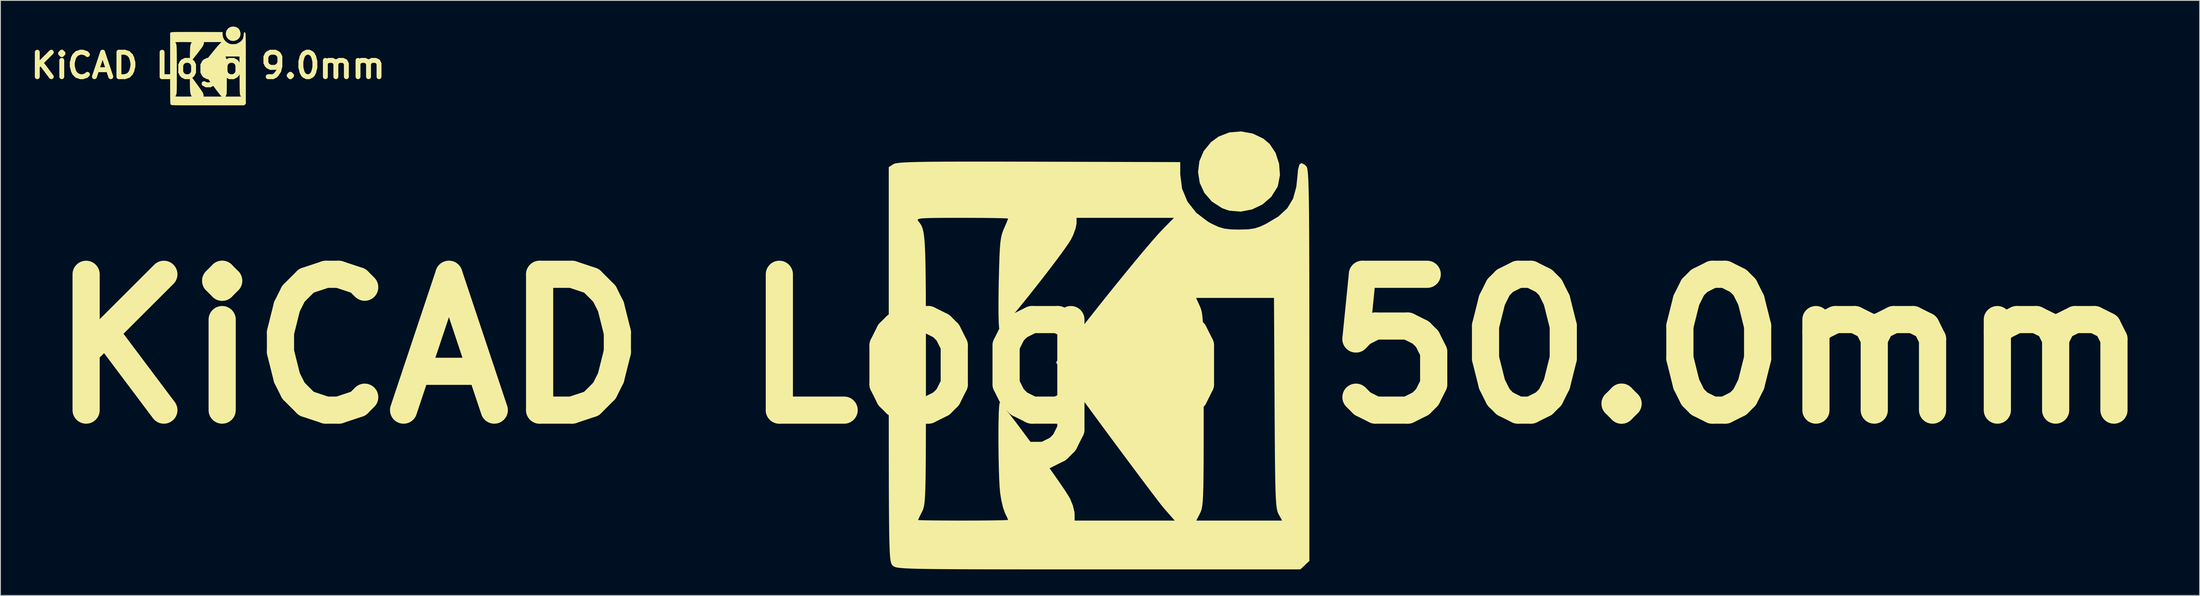
<source format=kicad_pcb>
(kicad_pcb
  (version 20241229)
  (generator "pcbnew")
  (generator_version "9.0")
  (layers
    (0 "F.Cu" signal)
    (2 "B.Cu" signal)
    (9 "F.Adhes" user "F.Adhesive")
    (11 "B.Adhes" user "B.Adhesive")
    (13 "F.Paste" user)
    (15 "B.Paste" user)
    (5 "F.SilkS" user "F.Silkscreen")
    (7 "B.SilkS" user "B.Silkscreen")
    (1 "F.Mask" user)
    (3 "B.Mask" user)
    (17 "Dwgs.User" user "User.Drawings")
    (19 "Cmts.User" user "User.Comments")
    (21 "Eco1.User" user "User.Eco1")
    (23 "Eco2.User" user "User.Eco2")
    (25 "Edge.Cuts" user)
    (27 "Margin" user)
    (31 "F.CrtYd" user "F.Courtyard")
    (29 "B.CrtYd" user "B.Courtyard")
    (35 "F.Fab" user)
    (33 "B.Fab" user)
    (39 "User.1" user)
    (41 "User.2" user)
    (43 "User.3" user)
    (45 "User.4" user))
  (footprint "KiCAD Logo 50.0mm"
    (layer "F.Cu")
    (at 123.243 37.05)
    (property "Reference" "KiCAD Logo 50.0mm" (at 0 0 180) (layer "F.SilkS") (effects (font (size 15.62 15.62) (thickness 3.12))))
    (attr board_only exclude_from_pos_files exclude_from_bom)
    (fp_poly (pts (xy 17.529 -24.743) (xy 18.74 -24.166) (xy 19.474 -23.546) (xy 20.155 -22.516) (xy 20.558 -21.268) (xy 20.655 -19.956) (xy 20.418 -18.732) (xy 20.358 -18.579) (xy 19.655 -17.458) (xy 18.655 -16.591) (xy 17.452 -16.013) (xy 16.143 -15.763) (xy 14.824 -15.876) (xy 14.038 -16.148) (xy 12.842 -16.918) (xy 11.976 -17.918) (xy 11.445 -19.073) (xy 11.253 -20.31) (xy 11.403 -21.553) (xy 11.9 -22.728) (xy 12.747 -23.761) (xy 13.605 -24.391) (xy 14.845 -24.873) (xy 16.192 -24.985)) (stroke (width 0) (type solid)) (fill yes) (layer "F.SilkS"))
    (fp_poly (pts (xy -11.753 -21.514) (xy -8.861 -21.509) (xy -7.012 -21.504) (xy 9.209 -21.459) (xy 9.209 -20.043) (xy 9.42 -18.396) (xy 10.037 -16.916) (xy 11.039 -15.639) (xy 12.402 -14.6) (xy 12.852 -14.353) (xy 13.606 -14.006) (xy 14.277 -13.808) (xy 15.052 -13.719) (xy 15.947 -13.701) (xy 16.959 -13.726) (xy 17.71 -13.827) (xy 18.387 -14.045) (xy 19.069 -14.364) (xy 20.482 -15.209) (xy 21.497 -16.15) (xy 22.164 -17.263) (xy 22.536 -18.621) (xy 22.639 -19.597) (xy 22.731 -20.583) (xy 22.879 -21.155) (xy 23.111 -21.347) (xy 23.45 -21.193) (xy 23.68 -20.984) (xy 23.738 -20.892) (xy 23.789 -20.723) (xy 23.834 -20.449) (xy 23.874 -20.046) (xy 23.907 -19.488) (xy 23.936 -18.748) (xy 23.96 -17.802) (xy 23.98 -16.624) (xy 23.996 -15.187) (xy 24.008 -13.466) (xy 24.018 -11.436) (xy 24.025 -9.07) (xy 24.029 -6.342) (xy 24.031 -3.228) (xy 24.033 0.299) (xy 24.033 1.886) (xy 24.033 24.404) (xy 23.513 24.892) (xy 22.993 25.38) (xy -0.183 25.38) (xy -3.915 25.38) (xy -7.224 25.379) (xy -10.136 25.377) (xy -12.677 25.374) (xy -14.873 25.368) (xy -16.75 25.36) (xy -18.333 25.349) (xy -19.65 25.334) (xy -20.726 25.315) (xy -21.587 25.292) (xy -22.258 25.263) (xy -22.767 25.229) (xy -23.14 25.189) (xy -23.401 25.143) (xy -23.577 25.089) (xy -23.695 25.028) (xy -23.78 24.958) (xy -23.808 24.931) (xy -23.881 24.851) (xy -23.946 24.747) (xy -24.003 24.593) (xy -24.052 24.363) (xy -24.095 24.03) (xy -24.131 23.569) (xy -24.161 22.953) (xy -24.186 22.155) (xy -24.207 21.149) (xy -24.223 19.91) (xy -24.235 18.409) (xy -24.244 16.622) (xy -24.25 14.522) (xy -24.254 12.083) (xy -24.256 9.278) (xy -24.257 6.081) (xy -24.257 2.465) (xy -24.257 1.802) (xy -24.257 -14.778) (xy -20.935 -14.778) (xy -20.854 -14.655) (xy -20.689 -14.449) (xy -20.546 -14.232) (xy -20.424 -13.972) (xy -20.321 -13.636) (xy -20.236 -13.192) (xy -20.167 -12.607) (xy -20.112 -11.847) (xy -20.07 -10.881) (xy -20.039 -9.676) (xy -20.017 -8.199) (xy -20.003 -6.418) (xy -19.995 -4.299) (xy -19.991 -1.81) (xy -19.99 1.082) (xy -19.99 2.434) (xy -19.99 5.444) (xy -19.992 8.039) (xy -19.996 10.25) (xy -20.003 12.112) (xy -20.014 13.657) (xy -20.03 14.918) (xy -20.052 15.928) (xy -20.08 16.721) (xy -20.117 17.33) (xy -20.162 17.788) (xy -20.216 18.127) (xy -20.281 18.381) (xy -20.357 18.584) (xy -20.439 18.754) (xy -20.711 19.301) (xy -20.871 19.648) (xy -20.888 19.7) (xy -20.674 19.719) (xy -20.073 19.735) (xy -19.149 19.749) (xy -17.963 19.759) (xy -16.579 19.764) (xy -15.722 19.765) (xy -14.253 19.762) (xy -12.946 19.753) (xy -11.865 19.739) (xy -11.071 19.721) (xy -10.628 19.7) (xy -10.556 19.687) (xy -10.647 19.456) (xy -10.869 18.984) (xy -10.922 18.877) (xy -11.135 18.274) (xy -11.336 17.416) (xy -11.474 16.54) (xy -11.536 15.796) (xy -11.586 14.785) (xy -11.624 13.583) (xy -11.65 12.267) (xy -11.664 10.913) (xy -11.665 9.598) (xy -11.652 8.398) (xy -11.626 7.389) (xy -11.587 6.649) (xy -11.534 6.254) (xy -11.511 6.211) (xy -11.339 6.356) (xy -10.948 6.814) (xy -10.377 7.534) (xy -9.666 8.461) (xy -8.854 9.543) (xy -7.98 10.725) (xy -7.082 11.955) (xy -6.2 13.178) (xy -5.373 14.342) (xy -4.64 15.393) (xy -4.04 16.277) (xy -3.613 16.942) (xy -3.431 17.258) (xy -3.123 18.02) (xy -2.941 18.763) (xy -2.92 19.017) (xy -2.92 19.765) (xy 2.827 19.765) (xy 8.573 19.765) (xy 7.344 18.361) (xy 7.027 17.97) (xy 6.482 17.263) (xy 5.744 16.291) (xy 4.849 15.101) (xy 3.834 13.742) (xy 2.734 12.264) (xy 1.585 10.714) (xy 0.423 9.141) (xy -0.715 7.593) (xy -1.795 6.12) (xy -2.78 4.771) (xy -3.634 3.592) (xy -4.321 2.634) (xy -4.806 1.945) (xy -5.034 1.604) (xy -4.932 1.381) (xy -4.578 0.855) (xy -4.007 0.07) (xy -3.253 -0.931) (xy -2.35 -2.104) (xy -1.334 -3.406) (xy -0.239 -4.794) (xy 0.596 -5.84) (xy 11.028 -5.84) (xy 11.461 -4.885) (xy 11.56 -4.646) (xy 11.643 -4.378) (xy 11.711 -4.039) (xy 11.765 -3.59) (xy 11.808 -2.99) (xy 11.84 -2.198) (xy 11.864 -1.175) (xy 11.88 0.12) (xy 11.89 1.727) (xy 11.896 3.687) (xy 11.899 6.04) (xy 11.899 7.084) (xy 11.899 9.602) (xy 11.897 11.711) (xy 11.89 13.451) (xy 11.878 14.861) (xy 11.859 15.982) (xy 11.831 16.853) (xy 11.793 17.514) (xy 11.745 18.004) (xy 11.683 18.365) (xy 11.608 18.636) (xy 11.516 18.856) (xy 11.479 18.932) (xy 11.054 19.765) (xy 15.977 19.765) (xy 20.9 19.765) (xy 20.501 19.035) (xy 20.413 18.846) (xy 20.339 18.602) (xy 20.276 18.266) (xy 20.224 17.799) (xy 20.182 17.165) (xy 20.147 16.327) (xy 20.119 15.247) (xy 20.096 13.888) (xy 20.077 12.213) (xy 20.061 10.183) (xy 20.045 7.763) (xy 20.037 6.233) (xy 19.971 -5.84) (xy 15.499 -5.84) (xy 11.028 -5.84) (xy 0.596 -5.84) (xy 0.901 -6.223) (xy 2.051 -7.651) (xy 3.177 -9.034) (xy 4.243 -10.33) (xy 5.216 -11.493) (xy 6.06 -12.482) (xy 6.742 -13.252) (xy 7.105 -13.639) (xy 8.482 -15.048) (xy 2.893 -15.048) (xy -2.695 -15.048) (xy -2.695 -14.4) (xy -2.801 -13.841) (xy -3.073 -13.098) (xy -3.313 -12.6) (xy -3.625 -12.098) (xy -4.143 -11.354) (xy -4.825 -10.421) (xy -5.631 -9.351) (xy -6.518 -8.197) (xy -7.444 -7.012) (xy -8.368 -5.849) (xy -9.249 -4.761) (xy -10.043 -3.799) (xy -10.71 -3.018) (xy -11.208 -2.469) (xy -11.495 -2.206) (xy -11.542 -2.192) (xy -11.596 -2.443) (xy -11.634 -3.083) (xy -11.656 -4.052) (xy -11.66 -5.291) (xy -11.645 -6.738) (xy -11.631 -7.507) (xy -11.591 -9.201) (xy -11.55 -10.512) (xy -11.501 -11.507) (xy -11.438 -12.251) (xy -11.354 -12.812) (xy -11.243 -13.256) (xy -11.1 -13.649) (xy -11.038 -13.792) (xy -10.768 -14.416) (xy -10.594 -14.849) (xy -10.556 -14.965) (xy -10.771 -14.988) (xy -11.372 -15.009) (xy -12.3 -15.027) (xy -13.491 -15.04) (xy -14.883 -15.047) (xy -15.869 -15.048) (xy -17.545 -15.047) (xy -18.82 -15.039) (xy -19.745 -15.022) (xy -20.37 -14.991) (xy -20.744 -14.943) (xy -20.916 -14.873) (xy -20.935 -14.778) (xy -24.257 -14.778) (xy -24.257 -20.878) (xy -23.745 -21.213) (xy -23.6 -21.278) (xy -23.358 -21.334) (xy -22.986 -21.381) (xy -22.456 -21.42) (xy -21.737 -21.452) (xy -20.799 -21.476) (xy -19.611 -21.495) (xy -18.142 -21.507) (xy -16.364 -21.514) (xy -14.244 -21.516)) (stroke (width 0) (type solid)) (fill yes) (layer "F.SilkS")))
  (footprint "KiCAD Logo 9.0mm"
    (layer "F.Cu")
    (at 20.848 4.497)
    (property "Reference" "KiCAD Logo 9.0mm" (at 0 0 180) (layer "F.SilkS") (effects (font (size 2.812 2.812) (thickness 0.562))))
    (attr board_only exclude_from_pos_files exclude_from_bom)
    (fp_poly (pts (xy 3.155 -4.454) (xy 3.373 -4.35) (xy 3.505 -4.238) (xy 3.628 -4.053) (xy 3.7 -3.828) (xy 3.718 -3.592) (xy 3.675 -3.372) (xy 3.664 -3.344) (xy 3.538 -3.142) (xy 3.358 -2.986) (xy 3.141 -2.882) (xy 2.906 -2.837) (xy 2.668 -2.858) (xy 2.527 -2.907) (xy 2.311 -3.045) (xy 2.156 -3.225) (xy 2.06 -3.433) (xy 2.026 -3.656) (xy 2.053 -3.88) (xy 2.142 -4.091) (xy 2.294 -4.277) (xy 2.449 -4.39) (xy 2.672 -4.477) (xy 2.914 -4.497)) (stroke (width 0) (type solid)) (fill yes) (layer "F.SilkS"))
    (fp_poly (pts (xy -2.116 -3.873) (xy -1.595 -3.872) (xy -1.262 -3.871) (xy 1.658 -3.863) (xy 1.658 -3.608) (xy 1.696 -3.311) (xy 1.807 -3.045) (xy 1.987 -2.815) (xy 2.232 -2.628) (xy 2.313 -2.584) (xy 2.449 -2.521) (xy 2.57 -2.485) (xy 2.709 -2.469) (xy 2.87 -2.466) (xy 3.053 -2.471) (xy 3.188 -2.489) (xy 3.31 -2.528) (xy 3.432 -2.585) (xy 3.687 -2.738) (xy 3.869 -2.907) (xy 3.99 -3.107) (xy 4.057 -3.352) (xy 4.075 -3.527) (xy 4.092 -3.705) (xy 4.118 -3.808) (xy 4.16 -3.842) (xy 4.221 -3.815) (xy 4.262 -3.777) (xy 4.273 -3.761) (xy 4.282 -3.73) (xy 4.29 -3.681) (xy 4.297 -3.608) (xy 4.303 -3.508) (xy 4.309 -3.375) (xy 4.313 -3.204) (xy 4.316 -2.992) (xy 4.319 -2.734) (xy 4.322 -2.424) (xy 4.323 -2.058) (xy 4.324 -1.633) (xy 4.325 -1.142) (xy 4.326 -0.581) (xy 4.326 0.054) (xy 4.326 0.339) (xy 4.326 4.393) (xy 4.232 4.481) (xy 4.139 4.568) (xy -0.033 4.568) (xy -0.705 4.568) (xy -1.3 4.568) (xy -1.825 4.568) (xy -2.282 4.567) (xy -2.677 4.566) (xy -3.015 4.565) (xy -3.3 4.563) (xy -3.537 4.56) (xy -3.731 4.557) (xy -3.886 4.553) (xy -4.007 4.547) (xy -4.098 4.541) (xy -4.165 4.534) (xy -4.212 4.526) (xy -4.244 4.516) (xy -4.265 4.505) (xy -4.28 4.492) (xy -4.285 4.488) (xy -4.299 4.473) (xy -4.31 4.454) (xy -4.32 4.427) (xy -4.329 4.385) (xy -4.337 4.325) (xy -4.344 4.242) (xy -4.349 4.132) (xy -4.354 3.988) (xy -4.357 3.807) (xy -4.36 3.584) (xy -4.362 3.314) (xy -4.364 2.992) (xy -4.365 2.614) (xy -4.366 2.175) (xy -4.366 1.67) (xy -4.366 1.095) (xy -4.366 0.444) (xy -4.366 0.324) (xy -4.366 -2.66) (xy -3.768 -2.66) (xy -3.754 -2.638) (xy -3.724 -2.601) (xy -3.698 -2.562) (xy -3.676 -2.515) (xy -3.658 -2.455) (xy -3.643 -2.375) (xy -3.63 -2.269) (xy -3.62 -2.133) (xy -3.613 -1.959) (xy -3.607 -1.742) (xy -3.603 -1.476) (xy -3.601 -1.155) (xy -3.599 -0.774) (xy -3.598 -0.326) (xy -3.598 0.195) (xy -3.598 0.438) (xy -3.598 0.98) (xy -3.599 1.447) (xy -3.599 1.845) (xy -3.6 2.18) (xy -3.602 2.458) (xy -3.605 2.685) (xy -3.609 2.867) (xy -3.614 3.01) (xy -3.621 3.119) (xy -3.629 3.202) (xy -3.639 3.263) (xy -3.651 3.309) (xy -3.664 3.345) (xy -3.679 3.376) (xy -3.728 3.474) (xy -3.757 3.537) (xy -3.76 3.546) (xy -3.721 3.549) (xy -3.613 3.552) (xy -3.447 3.555) (xy -3.233 3.557) (xy -2.984 3.558) (xy -2.83 3.558) (xy -2.566 3.557) (xy -2.33 3.556) (xy -2.136 3.553) (xy -1.993 3.55) (xy -1.913 3.546) (xy -1.9 3.544) (xy -1.916 3.502) (xy -1.956 3.417) (xy -1.966 3.398) (xy -2.004 3.289) (xy -2.041 3.135) (xy -2.065 2.977) (xy -2.076 2.843) (xy -2.085 2.661) (xy -2.092 2.445) (xy -2.097 2.208) (xy -2.099 1.964) (xy -2.1 1.728) (xy -2.097 1.512) (xy -2.093 1.33) (xy -2.086 1.197) (xy -2.076 1.126) (xy -2.072 1.118) (xy -2.041 1.144) (xy -1.971 1.227) (xy -1.868 1.356) (xy -1.74 1.523) (xy -1.594 1.718) (xy -1.436 1.931) (xy -1.275 2.152) (xy -1.116 2.372) (xy -0.967 2.582) (xy -0.835 2.771) (xy -0.727 2.93) (xy -0.65 3.05) (xy -0.618 3.107) (xy -0.562 3.244) (xy -0.529 3.377) (xy -0.526 3.423) (xy -0.526 3.558) (xy 0.509 3.558) (xy 1.543 3.558) (xy 1.322 3.305) (xy 1.265 3.235) (xy 1.167 3.107) (xy 1.034 2.932) (xy 0.873 2.718) (xy 0.69 2.474) (xy 0.492 2.207) (xy 0.285 1.928) (xy 0.076 1.645) (xy -0.129 1.367) (xy -0.323 1.102) (xy -0.5 0.859) (xy -0.654 0.647) (xy -0.778 0.474) (xy -0.865 0.35) (xy -0.906 0.289) (xy -0.888 0.249) (xy -0.824 0.154) (xy -0.721 0.013) (xy -0.585 -0.168) (xy -0.423 -0.379) (xy -0.24 -0.613) (xy -0.043 -0.863) (xy 0.107 -1.051) (xy 1.985 -1.051) (xy 2.063 -0.879) (xy 2.081 -0.836) (xy 2.096 -0.788) (xy 2.108 -0.727) (xy 2.118 -0.646) (xy 2.125 -0.538) (xy 2.131 -0.396) (xy 2.135 -0.212) (xy 2.138 0.022) (xy 2.14 0.311) (xy 2.141 0.664) (xy 2.142 1.087) (xy 2.142 1.275) (xy 2.142 1.728) (xy 2.141 2.108) (xy 2.14 2.421) (xy 2.138 2.675) (xy 2.135 2.877) (xy 2.13 3.033) (xy 2.123 3.152) (xy 2.114 3.241) (xy 2.103 3.306) (xy 2.089 3.354) (xy 2.073 3.394) (xy 2.066 3.408) (xy 1.99 3.558) (xy 2.876 3.558) (xy 3.762 3.558) (xy 3.69 3.426) (xy 3.674 3.392) (xy 3.661 3.348) (xy 3.65 3.288) (xy 3.64 3.204) (xy 3.633 3.09) (xy 3.626 2.939) (xy 3.621 2.745) (xy 3.617 2.5) (xy 3.614 2.198) (xy 3.611 1.833) (xy 3.608 1.397) (xy 3.607 1.122) (xy 3.595 -1.051) (xy 2.79 -1.051) (xy 1.985 -1.051) (xy 0.107 -1.051) (xy 0.162 -1.12) (xy 0.369 -1.377) (xy 0.572 -1.626) (xy 0.764 -1.859) (xy 0.939 -2.069) (xy 1.091 -2.247) (xy 1.214 -2.385) (xy 1.279 -2.455) (xy 1.527 -2.709) (xy 0.521 -2.709) (xy -0.485 -2.709) (xy -0.485 -2.592) (xy -0.504 -2.491) (xy -0.553 -2.358) (xy -0.596 -2.268) (xy -0.652 -2.178) (xy -0.746 -2.044) (xy -0.869 -1.876) (xy -1.014 -1.683) (xy -1.173 -1.475) (xy -1.34 -1.262) (xy -1.506 -1.053) (xy -1.665 -0.857) (xy -1.808 -0.684) (xy -1.928 -0.543) (xy -2.017 -0.444) (xy -2.069 -0.397) (xy -2.078 -0.395) (xy -2.087 -0.44) (xy -2.094 -0.555) (xy -2.098 -0.729) (xy -2.099 -0.952) (xy -2.096 -1.213) (xy -2.094 -1.351) (xy -2.086 -1.656) (xy -2.079 -1.892) (xy -2.07 -2.071) (xy -2.059 -2.205) (xy -2.044 -2.306) (xy -2.024 -2.386) (xy -1.998 -2.457) (xy -1.987 -2.483) (xy -1.938 -2.595) (xy -1.907 -2.673) (xy -1.9 -2.694) (xy -1.939 -2.698) (xy -2.047 -2.702) (xy -2.214 -2.705) (xy -2.428 -2.707) (xy -2.679 -2.708) (xy -2.856 -2.709) (xy -3.158 -2.708) (xy -3.388 -2.707) (xy -3.554 -2.704) (xy -3.667 -2.698) (xy -3.734 -2.69) (xy -3.765 -2.677) (xy -3.768 -2.66) (xy -4.366 -2.66) (xy -4.366 -3.758) (xy -4.274 -3.818) (xy -4.248 -3.83) (xy -4.204 -3.84) (xy -4.138 -3.849) (xy -4.042 -3.856) (xy -3.913 -3.861) (xy -3.744 -3.866) (xy -3.53 -3.869) (xy -3.266 -3.871) (xy -2.945 -3.873) (xy -2.564 -3.873)) (stroke (width 0) (type solid)) (fill yes) (layer "F.SilkS")))
  (gr_rect
    (start -3 -3)
    (end 249.486 65.43)
    (stroke (width 0.1) (type default))
    (fill no)
    (layer "Edge.Cuts")))
</source>
